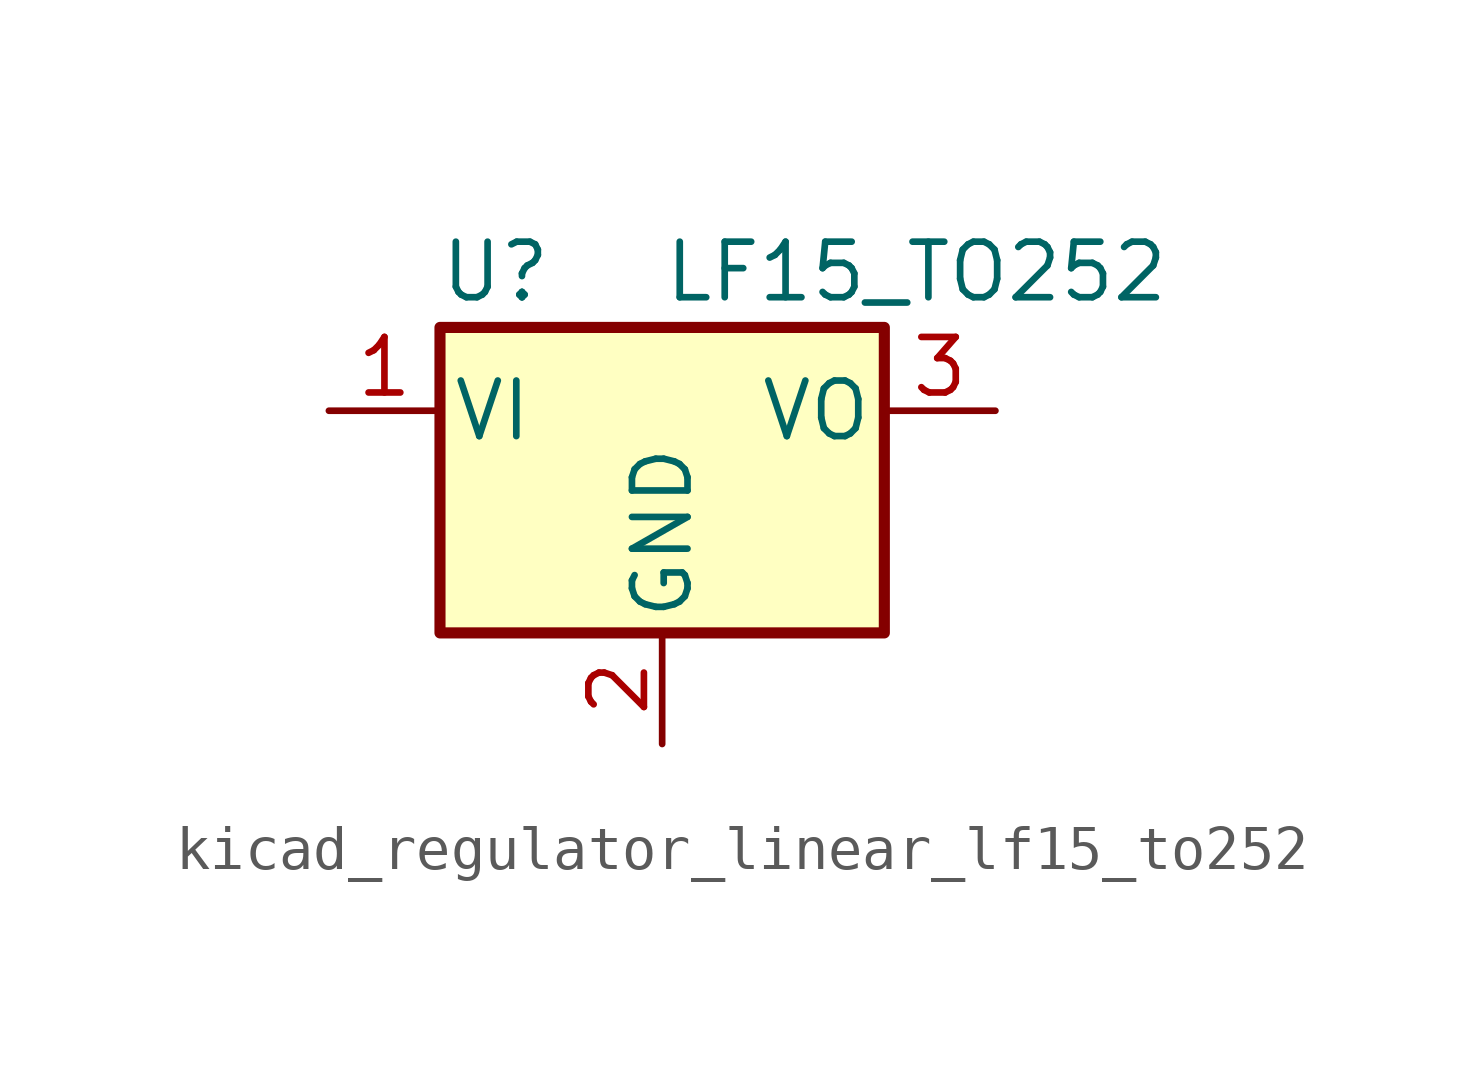
<source format=kicad_sym>
(kicad_symbol_lib
  (version 20220914)
  (generator kicad_symbol_editor)
  (symbol "kicad_regulator_linear_lf15_to252"
    (pin_names
      (offset 0.254))
    (property "Reference" "U"
      (at -3.81 3.175 0)
      (effects (font (size 1.27 1.27))))
    (property "Value" "LF15_TO252"
      (at 0 3.175 0)
      (effects (font (size 1.27 1.27)) (justify left)))
    (symbol "kicad_regulator_linear_lf15_to252_0_1"
      (rectangle (start -5.08 1.905) (end 5.08 -5.08) (stroke (width 0.254) (type default)) (fill (type background))))
    (symbol "kicad_regulator_linear_lf15_to252_1_1"
      (pin power_in line (at -7.62 0 0) (length 2.54) (name "VI" (effects (font (size 1.27 1.27)))) (number "1" (effects (font (size 1.27 1.27)))))
      (pin power_in line (at 0 -7.62 90) (length 2.54) (name "GND" (effects (font (size 1.27 1.27)))) (number "2" (effects (font (size 1.27 1.27)))))
      (pin power_out line (at 7.62 0 180) (length 2.54) (name "VO" (effects (font (size 1.27 1.27)))) (number "3" (effects (font (size 1.27 1.27))))))))
</source>
